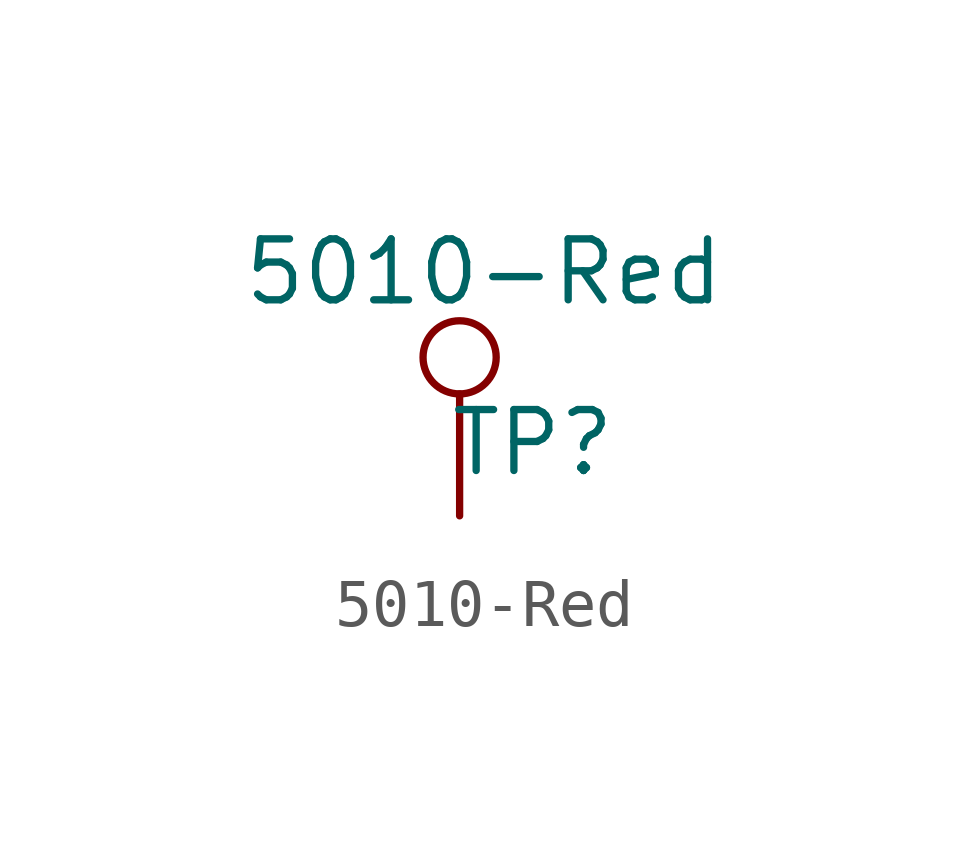
<source format=kicad_sym>
(kicad_symbol_lib
  (version 20231120)
  (generator "kicad_symbol_editor")
  (generator_version "8.0")
  (symbol "5010-Red"
    (pin_numbers hide)
    (property "Reference" "TP"
      (at 1.524 0.254 0)
      (effects (font (size 1.27 1.27))))
    (property "Value" "5010-Red"
      (at 0.508 3.81 0)
      (effects (font (size 1.27 1.27))))
    (symbol "5010-Red_0_1"
      (circle (center 0 2.032) (radius 0.762) (stroke (width 0) (type default)) (fill (type none))))
    (symbol "5010-Red_1_1"
      (pin passive line (at 0 -1.27 90) (length 2.54) (name "" (effects (font (size 1.27 1.27)))) (number "1" (effects (font (size 1.27 1.27))))))))
</source>
